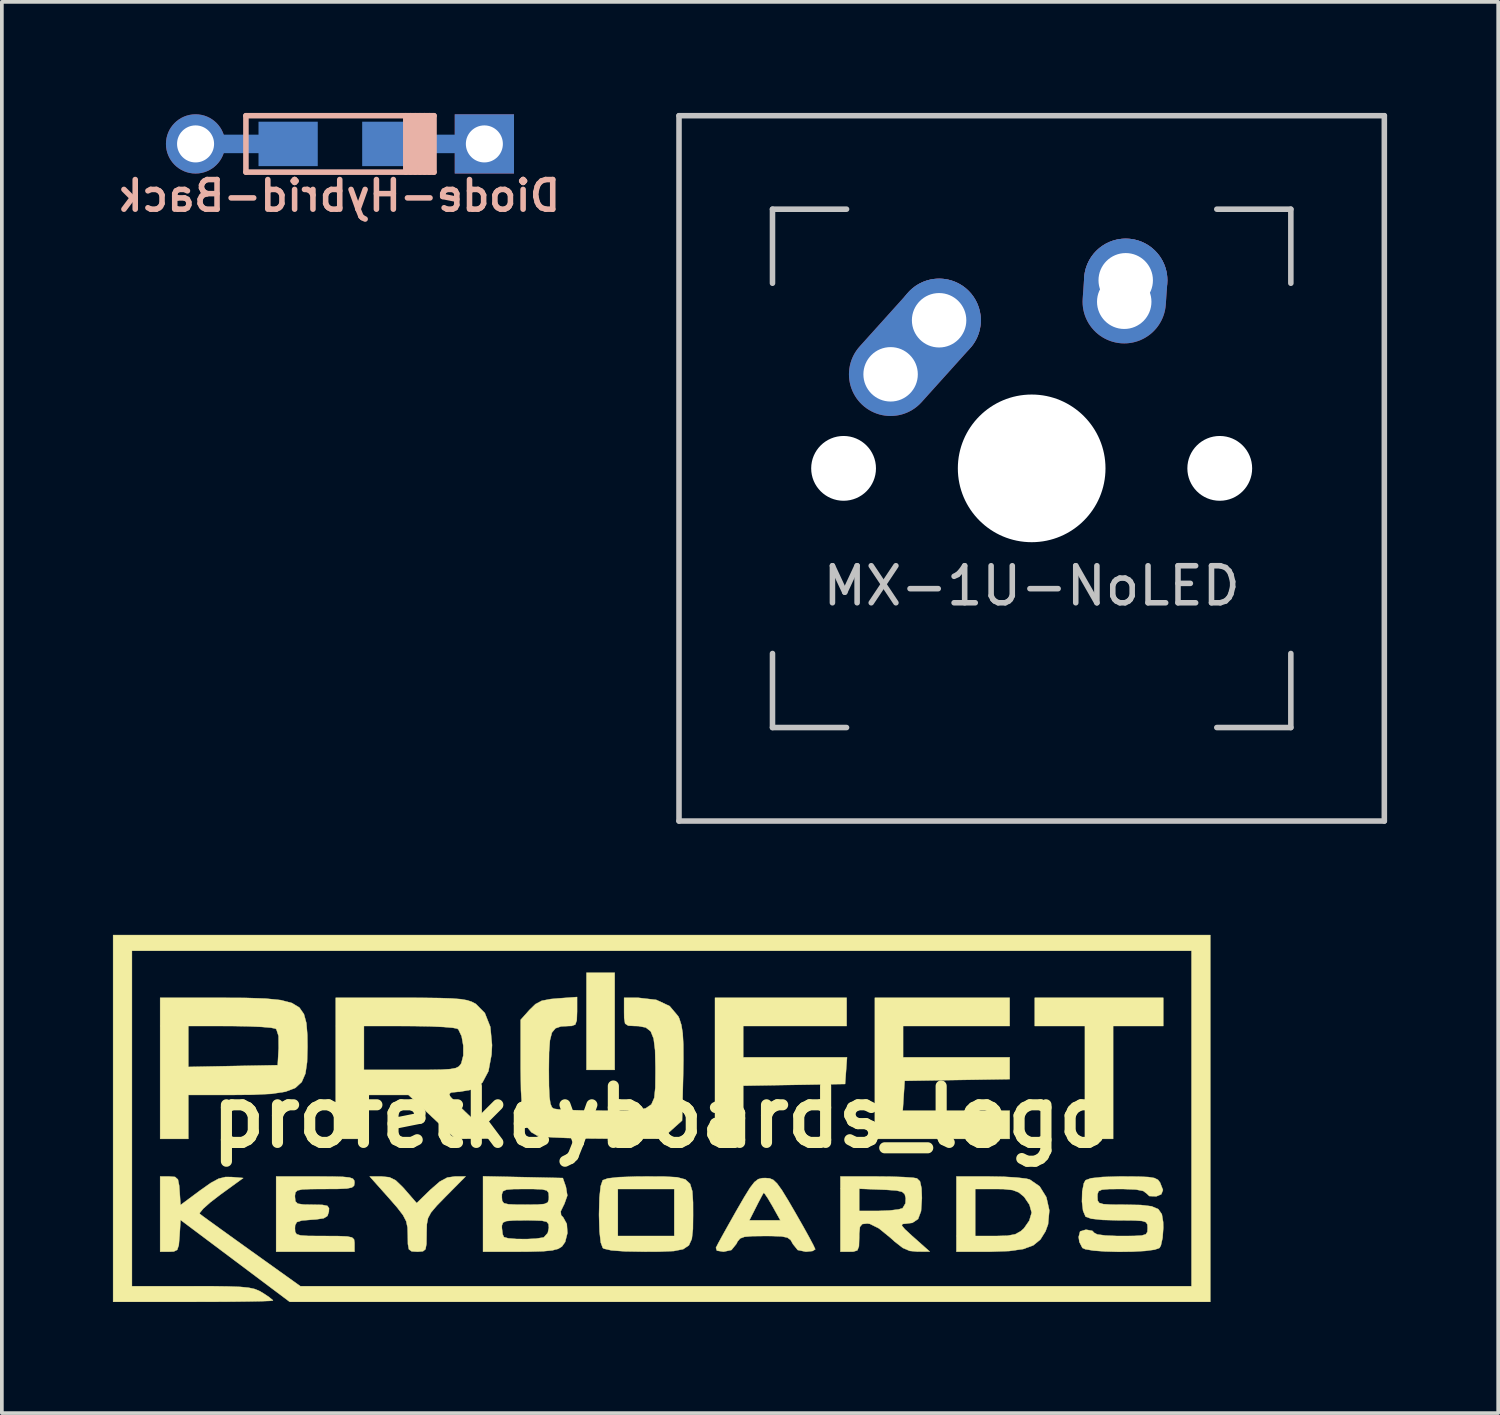
<source format=kicad_pcb>
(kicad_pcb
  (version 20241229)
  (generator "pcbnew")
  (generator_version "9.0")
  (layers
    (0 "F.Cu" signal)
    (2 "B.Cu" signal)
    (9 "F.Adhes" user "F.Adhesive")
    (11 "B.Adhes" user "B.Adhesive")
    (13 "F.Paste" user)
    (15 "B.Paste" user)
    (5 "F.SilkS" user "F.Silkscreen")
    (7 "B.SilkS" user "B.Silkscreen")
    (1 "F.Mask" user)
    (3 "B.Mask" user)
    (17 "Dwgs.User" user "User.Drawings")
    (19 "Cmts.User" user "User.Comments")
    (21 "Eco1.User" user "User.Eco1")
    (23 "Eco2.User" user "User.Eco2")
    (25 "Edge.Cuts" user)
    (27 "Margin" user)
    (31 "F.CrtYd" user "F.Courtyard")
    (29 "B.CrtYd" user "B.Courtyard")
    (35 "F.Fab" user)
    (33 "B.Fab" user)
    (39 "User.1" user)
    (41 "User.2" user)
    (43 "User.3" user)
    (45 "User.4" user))
  (footprint "Diode-Hybrid-Back"
    (layer "F.Cu")
    (at 6.132 0.837)
    (property "Reference" "Diode-Hybrid-Back" (at -0.025 1.4 0) (unlocked yes) (layer "B.SilkS") (effects (font (size 0.8 0.8) (thickness 0.15)) (justify mirror)))
    (attr smd)
    (fp_line (start -2.54 -0.762) (end -2.54 0.762) (stroke (width 0.15) (type solid)) (layer "B.SilkS"))
    (fp_line (start -2.54 0.762) (end 2.54 0.762) (stroke (width 0.15) (type solid)) (layer "B.SilkS"))
    (fp_line (start 1.778 0.762) (end 1.778 -0.762) (stroke (width 0.15) (type solid)) (layer "B.SilkS"))
    (fp_line (start 1.905 0.762) (end 1.905 -0.762) (stroke (width 0.15) (type solid)) (layer "B.SilkS"))
    (fp_line (start 2.032 -0.762) (end 2.032 0.762) (stroke (width 0.15) (type solid)) (layer "B.SilkS"))
    (fp_line (start 2.159 0.762) (end 2.159 -0.762) (stroke (width 0.15) (type solid)) (layer "B.SilkS"))
    (fp_line (start 2.286 -0.762) (end 2.286 0.762) (stroke (width 0.15) (type solid)) (layer "B.SilkS"))
    (fp_line (start 2.413 0.762) (end 2.413 -0.762) (stroke (width 0.15) (type solid)) (layer "B.SilkS"))
    (fp_line (start 2.54 -0.762) (end -2.54 -0.762) (stroke (width 0.15) (type solid)) (layer "B.SilkS"))
    (fp_line (start 2.54 0.762) (end 2.54 -0.762) (stroke (width 0.15) (type solid)) (layer "B.SilkS"))
    (pad "1" thru_hole circle (at -3.9 0) (size 1.6 1.6) (drill 1) (layers "*.Cu" "*.Mask"))
    (pad "1" smd rect (at -2.5 0) (size 2.9 0.5) (layers "B.Cu"))
    (pad "1" smd rect (at -1.4 0) (size 1.6 1.2) (layers "B.Cu" "B.Mask" "B.Paste"))
    (pad "2" smd rect (at 1.4 0) (size 1.6 1.2) (layers "B.Cu" "B.Mask" "B.Paste"))
    (pad "2" smd rect (at 2.5 0) (size 2.9 0.5) (layers "B.Cu"))
    (pad "2" thru_hole rect (at 3.9 0) (size 1.6 1.6) (drill 1) (layers "*.Cu" "*.Mask")))
  (footprint "MX-1U-NoLED"
    (layer "F.Cu")
    (at 24.814 9.6)
    (property "Reference" "MX-1U-NoLED" (at 0 3.175 0) (layer "Dwgs.User") (effects (font (size 1 1) (thickness 0.15))))
    (attr through_hole)
    (fp_line (start -9.525 -9.525) (end 9.525 -9.525) (stroke (width 0.15) (type solid)) (layer "Dwgs.User"))
    (fp_line (start -9.525 9.525) (end -9.525 -9.525) (stroke (width 0.15) (type solid)) (layer "Dwgs.User"))
    (fp_line (start -7 -7) (end -7 -5) (stroke (width 0.15) (type solid)) (layer "Dwgs.User"))
    (fp_line (start -7 5) (end -7 7) (stroke (width 0.15) (type solid)) (layer "Dwgs.User"))
    (fp_line (start -7 7) (end -5 7) (stroke (width 0.15) (type solid)) (layer "Dwgs.User"))
    (fp_line (start -5 -7) (end -7 -7) (stroke (width 0.15) (type solid)) (layer "Dwgs.User"))
    (fp_line (start 5 -7) (end 7 -7) (stroke (width 0.15) (type solid)) (layer "Dwgs.User"))
    (fp_line (start 5 7) (end 7 7) (stroke (width 0.15) (type solid)) (layer "Dwgs.User"))
    (fp_line (start 7 -7) (end 7 -5) (stroke (width 0.15) (type solid)) (layer "Dwgs.User"))
    (fp_line (start 7 7) (end 7 5) (stroke (width 0.15) (type solid)) (layer "Dwgs.User"))
    (fp_line (start 9.525 -9.525) (end 9.525 9.525) (stroke (width 0.15) (type solid)) (layer "Dwgs.User"))
    (fp_line (start 9.525 9.525) (end -9.525 9.525) (stroke (width 0.15) (type solid)) (layer "Dwgs.User"))
    (pad "" np_thru_hole circle (at -5.08 0 48.1) (size 1.75 1.75) (drill 1.75) (layers "*.Cu" "*.Mask"))
    (pad "" np_thru_hole circle (at 0 0) (size 3.988 3.988) (drill 3.988) (layers "*.Cu" "*.Mask"))
    (pad "" np_thru_hole circle (at 5.08 0 48.1) (size 1.75 1.75) (drill 1.75) (layers "*.Cu" "*.Mask"))
    (pad "1" thru_hole oval (at 2.5 -4.5 86) (size 2.831 2.25) (drill 1.47 (offset 0.291 0)) (layers "*.Cu" "*.Mask"))
    (pad "1" thru_hole circle (at 2.54 -5.08) (size 2.25 2.25) (drill 1.47) (layers "*.Cu" "*.Mask"))
    (pad "2" thru_hole oval (at -3.81 -2.54 48) (size 4.212 2.25) (drill 1.47 (offset 0.981 0)) (layers "*.Cu" "*.Mask"))
    (pad "2" thru_hole circle (at -2.5 -4) (size 2.25 2.25) (drill 1.47) (layers "*.Cu" "*.Mask")))
  (footprint "profetkeyboards_logo"
    (layer "F.Cu")
    (at 14.822 27.116)
    (property "Reference" "profetkeyboards_logo" (at 0 0 0) (layer "F.SilkS") (effects (font (size 1.524 1.524) (thickness 0.3))))
    (attr through_hole)
    (fp_poly (pts (xy -1.27 -1.27) (xy -2.032 -1.27) (xy -2.032 -3.895) (xy -1.27 -3.895) (xy -1.27 -1.27)) (stroke (width 0.01) (type solid)) (fill yes) (layer "F.SilkS"))
    (fp_poly (pts (xy 13.547 -2.455) (xy 12.192 -2.455) (xy 12.192 0.593) (xy 11.43 0.593) (xy 11.43 -2.455) (xy 10.075 -2.455) (xy 10.075 -3.217) (xy 13.547 -3.217) (xy 13.547 -2.455)) (stroke (width 0.01) (type solid)) (fill yes) (layer "F.SilkS"))
    (fp_poly (pts (xy 4.995 -2.455) (xy 2.201 -2.455) (xy 2.201 -1.609) (xy 5.005 -1.609) (xy 4.953 -0.889) (xy 2.201 -0.842) (xy 2.201 0.593) (xy 1.439 0.593) (xy 1.439 -3.217) (xy 4.995 -3.217) (xy 4.995 -2.455)) (stroke (width 0.01) (type solid)) (fill yes) (layer "F.SilkS"))
    (fp_poly (pts (xy 9.398 -2.455) (xy 6.519 -2.455) (xy 6.519 -1.609) (xy 9.398 -1.609) (xy 9.398 -1.02) (xy 7.98 -0.997) (xy 6.562 -0.974) (xy 6.536 -0.572) (xy 6.51 -0.169) (xy 9.398 -0.169) (xy 9.398 0.593) (xy 5.757 0.593) (xy 5.757 -3.217) (xy 9.398 -3.217) (xy 9.398 -2.455)) (stroke (width 0.01) (type solid)) (fill yes) (layer "F.SilkS"))
    (fp_poly (pts (xy -7.355 1.63) (xy -7.184 1.714) (xy -6.994 1.897) (xy -6.931 1.968) (xy -6.618 2.328) (xy -6.248 1.968) (xy -5.997 1.749) (xy -5.792 1.638) (xy -5.587 1.609) (xy -5.297 1.609) (xy -5.823 2.14) (xy -6.075 2.398) (xy -6.23 2.581) (xy -6.312 2.734) (xy -6.344 2.901) (xy -6.35 3.129) (xy -6.35 3.156) (xy -6.354 3.429) (xy -6.38 3.574) (xy -6.449 3.63) (xy -6.582 3.641) (xy -6.604 3.641) (xy -6.753 3.632) (xy -6.828 3.577) (xy -6.855 3.433) (xy -6.858 3.203) (xy -6.865 2.988) (xy -6.901 2.819) (xy -6.987 2.653) (xy -7.146 2.446) (xy -7.372 2.187) (xy -7.887 1.609) (xy -7.565 1.609) (xy -7.355 1.63)) (stroke (width 0.01) (type solid)) (fill yes) (layer "F.SilkS"))
    (fp_poly (pts (xy 0.075 1.611) (xy 0.416 1.63) (xy 0.638 1.689) (xy 0.766 1.808) (xy 0.827 2.008) (xy 0.846 2.31) (xy 0.847 2.655) (xy 0.843 3.03) (xy 0.813 3.295) (xy 0.734 3.469) (xy 0.581 3.572) (xy 0.327 3.623) (xy -0.051 3.639) (xy -0.455 3.641) (xy -0.99 3.632) (xy -1.358 3.605) (xy -1.56 3.559) (xy -1.592 3.539) (xy -1.646 3.394) (xy -1.68 3.097) (xy -1.693 2.662) (xy -1.693 2.625) (xy -1.682 2.181) (xy -1.657 1.947) (xy -1.185 1.947) (xy -1.185 3.217) (xy 0.339 3.217) (xy 0.339 1.947) (xy -1.185 1.947) (xy -1.657 1.947) (xy -1.649 1.872) (xy -1.596 1.715) (xy -1.592 1.71) (xy -1.454 1.66) (xy -1.156 1.627) (xy -0.694 1.611) (xy -0.409 1.609) (xy 0.075 1.611)) (stroke (width 0.01) (type solid)) (fill yes) (layer "F.SilkS"))
    (fp_poly (pts (xy -11.241 -3.214) (xy -10.697 -3.196) (xy -10.286 -3.154) (xy -9.989 -3.076) (xy -9.787 -2.954) (xy -9.663 -2.776) (xy -9.597 -2.532) (xy -9.571 -2.212) (xy -9.567 -1.887) (xy -9.578 -1.482) (xy -9.623 -1.172) (xy -9.722 -0.943) (xy -9.895 -0.783) (xy -10.161 -0.681) (xy -10.54 -0.623) (xy -11.051 -0.598) (xy -11.62 -0.593) (xy -12.785 -0.593) (xy -12.785 0.593) (xy -13.547 0.593) (xy -13.547 -1.35) (xy -12.785 -1.35) (xy -11.578 -1.374) (xy -10.372 -1.397) (xy -10.346 -1.855) (xy -10.349 -2.185) (xy -10.406 -2.361) (xy -10.43 -2.383) (xy -10.553 -2.409) (xy -10.809 -2.431) (xy -11.164 -2.446) (xy -11.582 -2.454) (xy -11.663 -2.454) (xy -12.785 -2.455) (xy -12.785 -1.35) (xy -13.547 -1.35) (xy -13.547 -3.217) (xy -11.935 -3.217) (xy -11.241 -3.214)) (stroke (width 0.01) (type solid)) (fill yes) (layer "F.SilkS"))
    (fp_poly (pts (xy 9.235 1.616) (xy 9.584 1.637) (xy 9.842 1.667) (xy 9.938 1.69) (xy 10.207 1.875) (xy 10.389 2.169) (xy 10.469 2.525) (xy 10.435 2.9) (xy 10.366 3.09) (xy 10.227 3.312) (xy 10.036 3.469) (xy 9.765 3.569) (xy 9.386 3.623) (xy 8.87 3.641) (xy 8.808 3.641) (xy 7.959 3.641) (xy 7.959 1.947) (xy 8.467 1.947) (xy 8.467 3.217) (xy 9.021 3.217) (xy 9.341 3.208) (xy 9.547 3.17) (xy 9.696 3.088) (xy 9.783 3.01) (xy 9.927 2.803) (xy 9.991 2.59) (xy 9.991 2.582) (xy 9.932 2.371) (xy 9.79 2.162) (xy 9.783 2.155) (xy 9.642 2.039) (xy 9.477 1.976) (xy 9.233 1.95) (xy 9.021 1.947) (xy 8.467 1.947) (xy 7.959 1.947) (xy 7.959 1.609) (xy 8.842 1.609) (xy 9.235 1.616)) (stroke (width 0.01) (type solid)) (fill yes) (layer "F.SilkS"))
    (fp_poly (pts (xy -8.916 1.61) (xy -8.619 1.618) (xy -8.436 1.636) (xy -8.34 1.669) (xy -8.303 1.721) (xy -8.297 1.778) (xy -8.309 1.857) (xy -8.367 1.906) (xy -8.501 1.934) (xy -8.743 1.945) (xy -9.102 1.947) (xy -9.474 1.949) (xy -9.709 1.959) (xy -9.838 1.986) (xy -9.893 2.038) (xy -9.906 2.123) (xy -9.906 2.159) (xy -9.894 2.28) (xy -9.831 2.343) (xy -9.675 2.367) (xy -9.434 2.371) (xy -9.167 2.376) (xy -9.029 2.403) (xy -8.985 2.468) (xy -8.99 2.561) (xy -9.028 2.675) (xy -9.129 2.738) (xy -9.338 2.769) (xy -9.461 2.777) (xy -9.721 2.799) (xy -9.854 2.841) (xy -9.901 2.926) (xy -9.906 3.01) (xy -9.9 3.106) (xy -9.861 3.167) (xy -9.756 3.2) (xy -9.555 3.214) (xy -9.225 3.217) (xy -9.102 3.217) (xy -8.729 3.219) (xy -8.494 3.229) (xy -8.365 3.256) (xy -8.31 3.308) (xy -8.298 3.393) (xy -8.297 3.429) (xy -8.297 3.641) (xy -10.414 3.641) (xy -10.414 1.609) (xy -9.356 1.609) (xy -8.916 1.61)) (stroke (width 0.01) (type solid)) (fill yes) (layer "F.SilkS"))
    (fp_poly (pts (xy 6.191 1.613) (xy 6.535 1.625) (xy 6.785 1.642) (xy 6.893 1.66) (xy 6.976 1.741) (xy 7.017 1.926) (xy 7.027 2.193) (xy 7.004 2.545) (xy 6.924 2.758) (xy 6.77 2.861) (xy 6.608 2.882) (xy 6.503 2.892) (xy 6.485 2.934) (xy 6.566 3.032) (xy 6.759 3.211) (xy 6.816 3.261) (xy 7.239 3.637) (xy 6.909 3.639) (xy 6.699 3.619) (xy 6.513 3.54) (xy 6.295 3.371) (xy 6.172 3.26) (xy 5.866 3.011) (xy 5.622 2.889) (xy 5.549 2.879) (xy 5.417 2.894) (xy 5.354 2.97) (xy 5.335 3.152) (xy 5.334 3.26) (xy 5.327 3.494) (xy 5.284 3.605) (xy 5.176 3.639) (xy 5.08 3.641) (xy 4.826 3.641) (xy 4.826 2.54) (xy 5.334 2.54) (xy 5.863 2.539) (xy 6.161 2.527) (xy 6.397 2.498) (xy 6.506 2.466) (xy 6.583 2.335) (xy 6.59 2.192) (xy 6.563 2.087) (xy 6.493 2.024) (xy 6.343 1.989) (xy 6.075 1.97) (xy 5.948 1.965) (xy 5.334 1.94) (xy 5.334 2.54) (xy 4.826 2.54) (xy 4.826 1.609) (xy 5.793 1.609) (xy 6.191 1.613)) (stroke (width 0.01) (type solid)) (fill yes) (layer "F.SilkS"))
    (fp_poly (pts (xy 2.912 1.659) (xy 3.012 1.7) (xy 3.116 1.798) (xy 3.244 1.975) (xy 3.417 2.257) (xy 3.606 2.582) (xy 3.81 2.939) (xy 3.979 3.243) (xy 4.096 3.464) (xy 4.146 3.573) (xy 4.147 3.577) (xy 4.075 3.622) (xy 3.898 3.641) (xy 3.893 3.641) (xy 3.673 3.595) (xy 3.542 3.432) (xy 3.541 3.429) (xy 3.481 3.323) (xy 3.395 3.26) (xy 3.242 3.228) (xy 2.982 3.218) (xy 2.779 3.217) (xy 2.443 3.221) (xy 2.236 3.239) (xy 2.118 3.283) (xy 2.049 3.364) (xy 2.017 3.429) (xy 1.883 3.595) (xy 1.671 3.641) (xy 1.49 3.612) (xy 1.464 3.535) (xy 1.521 3.423) (xy 1.644 3.197) (xy 1.815 2.891) (xy 1.87 2.794) (xy 2.367 2.794) (xy 3.205 2.794) (xy 2.99 2.409) (xy 2.866 2.198) (xy 2.778 2.069) (xy 2.752 2.049) (xy 2.705 2.133) (xy 2.608 2.317) (xy 2.549 2.434) (xy 2.367 2.794) (xy 1.87 2.794) (xy 2.013 2.54) (xy 2.23 2.165) (xy 2.386 1.913) (xy 2.504 1.76) (xy 2.605 1.682) (xy 2.71 1.654) (xy 2.794 1.651) (xy 2.912 1.659)) (stroke (width 0.01) (type solid)) (fill yes) (layer "F.SilkS"))
    (fp_poly (pts (xy -7.048 -3.217) (xy -6.451 -3.216) (xy -5.999 -3.21) (xy -5.665 -3.199) (xy -5.426 -3.18) (xy -5.257 -3.151) (xy -5.132 -3.11) (xy -5.026 -3.055) (xy -5.021 -3.052) (xy -4.777 -2.805) (xy -4.629 -2.431) (xy -4.583 -1.941) (xy -4.596 -1.686) (xy -4.68 -1.234) (xy -4.845 -0.924) (xy -5.102 -0.742) (xy -5.464 -0.678) (xy -5.507 -0.677) (xy -5.684 -0.659) (xy -5.757 -0.615) (xy -5.699 -0.535) (xy -5.542 -0.369) (xy -5.313 -0.144) (xy -5.144 0.016) (xy -4.53 0.585) (xy -5.05 0.589) (xy -5.571 0.593) (xy -6.205 0) (xy -6.84 -0.593) (xy -8.043 -0.593) (xy -8.043 0.593) (xy -8.805 0.593) (xy -8.805 -1.27) (xy -8.043 -1.27) (xy -6.776 -1.27) (xy -6.287 -1.271) (xy -5.941 -1.277) (xy -5.708 -1.292) (xy -5.564 -1.319) (xy -5.48 -1.361) (xy -5.428 -1.423) (xy -5.412 -1.452) (xy -5.359 -1.658) (xy -5.359 -1.923) (xy -5.404 -2.178) (xy -5.488 -2.355) (xy -5.518 -2.382) (xy -5.64 -2.407) (xy -5.897 -2.429) (xy -6.256 -2.445) (xy -6.682 -2.453) (xy -6.837 -2.454) (xy -8.043 -2.455) (xy -8.043 -1.27) (xy -8.805 -1.27) (xy -8.805 -3.217) (xy -7.048 -3.217)) (stroke (width 0.01) (type solid)) (fill yes) (layer "F.SilkS"))
    (fp_poly (pts (xy 14.817 4.995) (xy -10.047 4.995) (xy -11.521 3.889) (xy -12.996 2.783) (xy -13.022 3.212) (xy -13.043 3.465) (xy -13.086 3.591) (xy -13.179 3.636) (xy -13.297 3.641) (xy -13.547 3.641) (xy -13.547 1.609) (xy -13.297 1.609) (xy -13.144 1.621) (xy -13.066 1.69) (xy -13.032 1.86) (xy -13.022 1.994) (xy -12.996 2.38) (xy -12.471 1.989) (xy -12.179 1.783) (xy -11.967 1.668) (xy -11.785 1.623) (xy -11.625 1.624) (xy -11.303 1.651) (xy -11.926 2.103) (xy -12.191 2.307) (xy -12.383 2.478) (xy -12.476 2.591) (xy -12.476 2.619) (xy -12.388 2.686) (xy -12.183 2.835) (xy -11.887 3.049) (xy -11.52 3.313) (xy -11.106 3.61) (xy -11.082 3.627) (xy -9.76 4.572) (xy 14.309 4.572) (xy 14.309 -4.487) (xy -14.309 -4.487) (xy -14.309 4.572) (xy -12.689 4.572) (xy -12.12 4.573) (xy -11.694 4.579) (xy -11.384 4.591) (xy -11.163 4.612) (xy -11.006 4.645) (xy -10.884 4.692) (xy -10.784 4.748) (xy -10.603 4.868) (xy -10.505 4.949) (xy -10.499 4.96) (xy -10.58 4.969) (xy -10.807 4.978) (xy -11.16 4.985) (xy -11.614 4.991) (xy -12.148 4.994) (xy -12.658 4.995) (xy -14.817 4.995) (xy -14.817 -4.911) (xy 14.817 -4.911) (xy 14.817 4.995)) (stroke (width 0.01) (type solid)) (fill yes) (layer "F.SilkS"))
    (fp_poly (pts (xy -3.748 1.627) (xy -2.671 1.651) (xy -2.587 1.891) (xy -2.549 2.124) (xy -2.631 2.355) (xy -2.642 2.373) (xy -2.728 2.551) (xy -2.717 2.655) (xy -2.66 2.715) (xy -2.563 2.891) (xy -2.547 3.137) (xy -2.608 3.378) (xy -2.695 3.501) (xy -2.796 3.563) (xy -2.955 3.605) (xy -3.203 3.629) (xy -3.572 3.639) (xy -3.838 3.641) (xy -4.826 3.641) (xy -4.826 2.992) (xy -4.318 2.992) (xy -4.296 3.169) (xy -4.262 3.246) (xy -4.146 3.279) (xy -3.923 3.297) (xy -3.651 3.3) (xy -3.392 3.287) (xy -3.204 3.258) (xy -3.182 3.251) (xy -3.078 3.135) (xy -3.048 2.997) (xy -3.057 2.894) (xy -3.108 2.833) (xy -3.236 2.804) (xy -3.478 2.795) (xy -3.683 2.794) (xy -4.006 2.797) (xy -4.196 2.814) (xy -4.287 2.854) (xy -4.316 2.931) (xy -4.318 2.992) (xy -4.826 2.992) (xy -4.826 2.159) (xy -4.318 2.159) (xy -4.31 2.267) (xy -4.263 2.33) (xy -4.14 2.36) (xy -3.906 2.37) (xy -3.683 2.371) (xy -3.36 2.368) (xy -3.171 2.352) (xy -3.079 2.311) (xy -3.05 2.233) (xy -3.048 2.159) (xy -3.056 2.051) (xy -3.103 1.988) (xy -3.226 1.958) (xy -3.46 1.948) (xy -3.683 1.947) (xy -4.006 1.95) (xy -4.195 1.966) (xy -4.287 2.007) (xy -4.316 2.085) (xy -4.318 2.159) (xy -4.826 2.159) (xy -4.826 1.604) (xy -3.748 1.627)) (stroke (width 0.01) (type solid)) (fill yes) (layer "F.SilkS"))
    (fp_poly (pts (xy -2.286 -2.847) (xy -2.294 -2.608) (xy -2.335 -2.493) (xy -2.433 -2.457) (xy -2.503 -2.455) (xy -2.72 -2.444) (xy -2.87 -2.393) (xy -2.966 -2.277) (xy -3.019 -2.069) (xy -3.043 -1.743) (xy -3.048 -1.276) (xy -3.045 -0.838) (xy -3.032 -0.54) (xy -3.006 -0.357) (xy -2.965 -0.258) (xy -2.914 -0.221) (xy -2.784 -0.202) (xy -2.52 -0.187) (xy -2.155 -0.175) (xy -1.724 -0.17) (xy -1.562 -0.169) (xy -1.048 -0.17) (xy -0.678 -0.184) (xy -0.43 -0.233) (xy -0.279 -0.337) (xy -0.201 -0.516) (xy -0.173 -0.79) (xy -0.169 -1.179) (xy -0.169 -1.343) (xy -0.179 -1.8) (xy -0.218 -2.114) (xy -0.297 -2.31) (xy -0.431 -2.415) (xy -0.631 -2.453) (xy -0.726 -2.455) (xy -0.904 -2.464) (xy -0.989 -2.52) (xy -1.014 -2.67) (xy -1.016 -2.836) (xy -1.016 -3.217) (xy -0.632 -3.217) (xy -0.147 -3.161) (xy 0.214 -2.993) (xy 0.448 -2.715) (xy 0.476 -2.655) (xy 0.531 -2.482) (xy 0.567 -2.259) (xy 0.584 -1.952) (xy 0.586 -1.531) (xy 0.579 -1.12) (xy 0.55 0.099) (xy 0.274 0.346) (xy -0.003 0.593) (xy -1.589 0.587) (xy -2.102 0.582) (xy -2.566 0.569) (xy -2.952 0.552) (xy -3.227 0.53) (xy -3.361 0.507) (xy -3.52 0.415) (xy -3.639 0.27) (xy -3.721 0.048) (xy -3.773 -0.271) (xy -3.801 -0.713) (xy -3.81 -1.299) (xy -3.81 -1.349) (xy -3.81 -2.622) (xy -3.569 -2.892) (xy -3.408 -3.048) (xy -3.239 -3.137) (xy -2.999 -3.183) (xy -2.807 -3.2) (xy -2.286 -3.238) (xy -2.286 -2.847)) (stroke (width 0.01) (type solid)) (fill yes) (layer "F.SilkS"))
    (fp_poly (pts (xy 12.868 1.612) (xy 13.14 1.624) (xy 13.307 1.651) (xy 13.403 1.699) (xy 13.459 1.772) (xy 13.459 1.772) (xy 13.538 1.974) (xy 13.493 2.09) (xy 13.358 2.146) (xy 13.169 2.138) (xy 13.1 2.071) (xy 13.008 2.002) (xy 12.809 1.962) (xy 12.476 1.948) (xy 12.399 1.947) (xy 12.078 1.95) (xy 11.89 1.966) (xy 11.799 2.007) (xy 11.771 2.086) (xy 11.769 2.159) (xy 11.775 2.261) (xy 11.817 2.324) (xy 11.928 2.356) (xy 12.14 2.369) (xy 12.489 2.371) (xy 12.494 2.371) (xy 12.933 2.379) (xy 13.23 2.414) (xy 13.413 2.492) (xy 13.508 2.629) (xy 13.543 2.84) (xy 13.547 2.992) (xy 13.528 3.264) (xy 13.482 3.472) (xy 13.445 3.539) (xy 13.314 3.586) (xy 13.057 3.62) (xy 12.72 3.639) (xy 12.345 3.644) (xy 11.977 3.634) (xy 11.66 3.611) (xy 11.438 3.573) (xy 11.362 3.539) (xy 11.28 3.377) (xy 11.261 3.243) (xy 11.3 3.093) (xy 11.449 3.048) (xy 11.472 3.048) (xy 11.631 3.077) (xy 11.684 3.133) (xy 11.764 3.174) (xy 11.982 3.203) (xy 12.311 3.217) (xy 12.404 3.217) (xy 12.752 3.215) (xy 12.965 3.203) (xy 13.075 3.17) (xy 13.117 3.107) (xy 13.123 3.006) (xy 13.118 2.907) (xy 13.079 2.845) (xy 12.975 2.811) (xy 12.775 2.797) (xy 12.445 2.794) (xy 12.336 2.794) (xy 11.904 2.782) (xy 11.602 2.749) (xy 11.45 2.695) (xy 11.447 2.692) (xy 11.38 2.536) (xy 11.35 2.286) (xy 11.357 2.014) (xy 11.401 1.792) (xy 11.447 1.71) (xy 11.593 1.657) (xy 11.899 1.623) (xy 12.36 1.609) (xy 12.46 1.609) (xy 12.868 1.612)) (stroke (width 0.01) (type solid)) (fill yes) (layer "F.SilkS")))
  (gr_rect
    (start -3 -3)
    (end 37.414 35.116)
    (stroke (width 0.1) (type default))
    (fill no)
    (layer "Edge.Cuts")))
</source>
